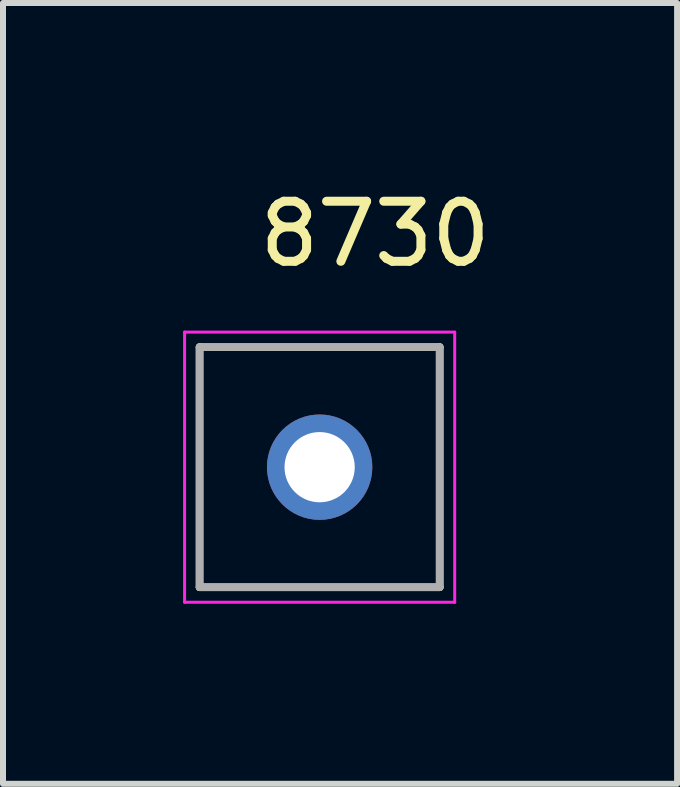
<source format=kicad_pcb>
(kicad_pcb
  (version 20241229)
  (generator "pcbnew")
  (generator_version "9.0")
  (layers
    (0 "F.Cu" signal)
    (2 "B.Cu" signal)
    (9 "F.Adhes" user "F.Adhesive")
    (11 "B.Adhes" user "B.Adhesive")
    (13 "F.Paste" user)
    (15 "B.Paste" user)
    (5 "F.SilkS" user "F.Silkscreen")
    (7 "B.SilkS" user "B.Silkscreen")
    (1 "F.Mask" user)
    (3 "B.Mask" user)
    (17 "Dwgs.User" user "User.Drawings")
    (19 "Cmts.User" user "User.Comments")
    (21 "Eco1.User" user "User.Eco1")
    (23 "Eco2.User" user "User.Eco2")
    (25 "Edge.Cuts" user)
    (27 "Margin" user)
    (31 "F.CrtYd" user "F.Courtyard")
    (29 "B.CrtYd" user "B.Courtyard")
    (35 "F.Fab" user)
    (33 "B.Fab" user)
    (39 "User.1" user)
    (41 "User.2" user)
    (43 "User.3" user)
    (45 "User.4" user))
  (footprint "8730"
    (layer "F.Cu")
    (at 2.275 4.733)
    (property "Reference" "8730" (at 0.925 -3.885 0) (layer "F.SilkS") (effects (font (size 1 1) (thickness 0.15))))
    (attr through_hole)
    (fp_line (start -2 -2) (end -2 2) (stroke (width 0.127) (type solid)) (layer "F.SilkS"))
    (fp_line (start -2 2) (end 2 2) (stroke (width 0.127) (type solid)) (layer "F.SilkS"))
    (fp_line (start 2 -2) (end -2 -2) (stroke (width 0.127) (type solid)) (layer "F.SilkS"))
    (fp_line (start 2 2) (end 2 -2) (stroke (width 0.127) (type solid)) (layer "F.SilkS"))
    (fp_line (start -2.25 -2.25) (end -2.25 2.25) (stroke (width 0.05) (type solid)) (layer "F.CrtYd"))
    (fp_line (start -2.25 2.25) (end 2.25 2.25) (stroke (width 0.05) (type solid)) (layer "F.CrtYd"))
    (fp_line (start 2.25 -2.25) (end -2.25 -2.25) (stroke (width 0.05) (type solid)) (layer "F.CrtYd"))
    (fp_line (start 2.25 2.25) (end 2.25 -2.25) (stroke (width 0.05) (type solid)) (layer "F.CrtYd"))
    (fp_line (start -2 -2) (end -2 2) (stroke (width 0.127) (type solid)) (layer "F.Fab"))
    (fp_line (start -2 2) (end 2 2) (stroke (width 0.127) (type solid)) (layer "F.Fab"))
    (fp_line (start 2 -2) (end -2 -2) (stroke (width 0.127) (type solid)) (layer "F.Fab"))
    (fp_line (start 2 2) (end 2 -2) (stroke (width 0.127) (type solid)) (layer "F.Fab"))
    (pad "1" thru_hole circle (at 0 0) (size 1.755 1.755) (drill 1.17) (layers "*.Cu" "*.Mask")))
  (gr_rect
    (start -3 -3)
    (end 8.23 10.008)
    (stroke (width 0.1) (type default))
    (fill no)
    (layer "Edge.Cuts")))
</source>
